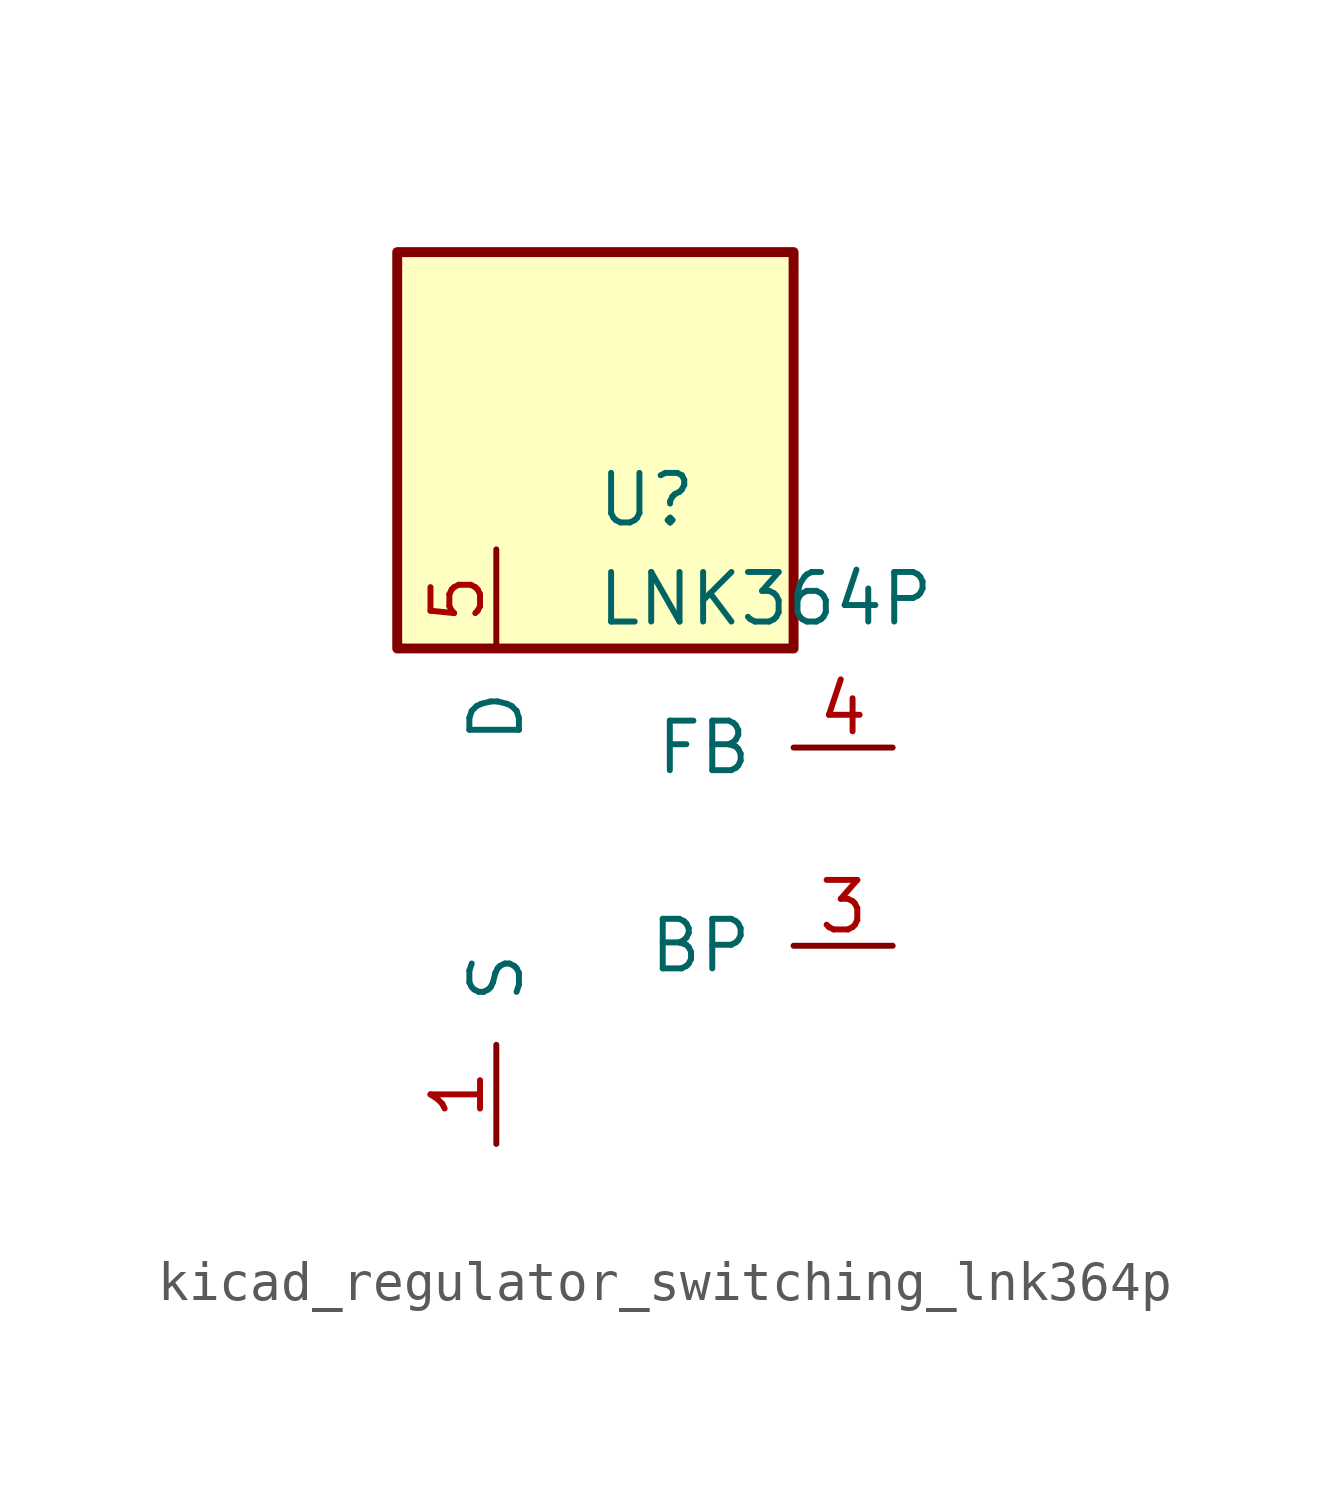
<source format=kicad_sym>
(kicad_symbol_lib
  (version 20220914)
  (generator kicad_symbol_editor)
  (symbol "kicad_regulator_switching_lnk364p"
    (pin_names
      (offset 1.016))
    (property "Reference" "U"
      (at 0 8.89 0)
      (effects (font (size 1.27 1.27)) (justify left)))
    (property "Value" "LNK364P"
      (at 0 6.35 0)
      (effects (font (size 1.27 1.27)) (justify left)))
    (symbol "kicad_regulator_switching_lnk364p_0_1"
      (rectangle (start 5.08 15.24) (end -5.08 5.08) (stroke (width 0.254) (type default)) (fill (type background))))
    (symbol "kicad_regulator_switching_lnk364p_1_1"
      (pin power_in line (at -2.54 -7.62 90) (length 2.54) (name "S" (effects (font (size 1.27 1.27)))) (number "1" (effects (font (size 1.27 1.27)))))
      (pin passive line (at -2.54 -7.62 90) (length 2.54) hide (name "S" (effects (font (size 1.27 1.27)))) (number "2" (effects (font (size 1.27 1.27)))))
      (pin input line (at 7.62 -2.54 180) (length 2.54) (name "BP" (effects (font (size 1.27 1.27)))) (number "3" (effects (font (size 1.27 1.27)))))
      (pin input line (at 7.62 2.54 180) (length 2.54) (name "FB" (effects (font (size 1.27 1.27)))) (number "4" (effects (font (size 1.27 1.27)))))
      (pin open_collector line (at -2.54 7.62 270) (length 2.54) (name "D" (effects (font (size 1.27 1.27)))) (number "5" (effects (font (size 1.27 1.27)))))
      (pin passive line (at -2.54 -7.62 90) (length 2.54) hide (name "S" (effects (font (size 1.27 1.27)))) (number "7" (effects (font (size 1.27 1.27)))))
      (pin passive line (at -2.54 -7.62 90) (length 2.54) hide (name "S" (effects (font (size 1.27 1.27)))) (number "8" (effects (font (size 1.27 1.27))))))))
</source>
